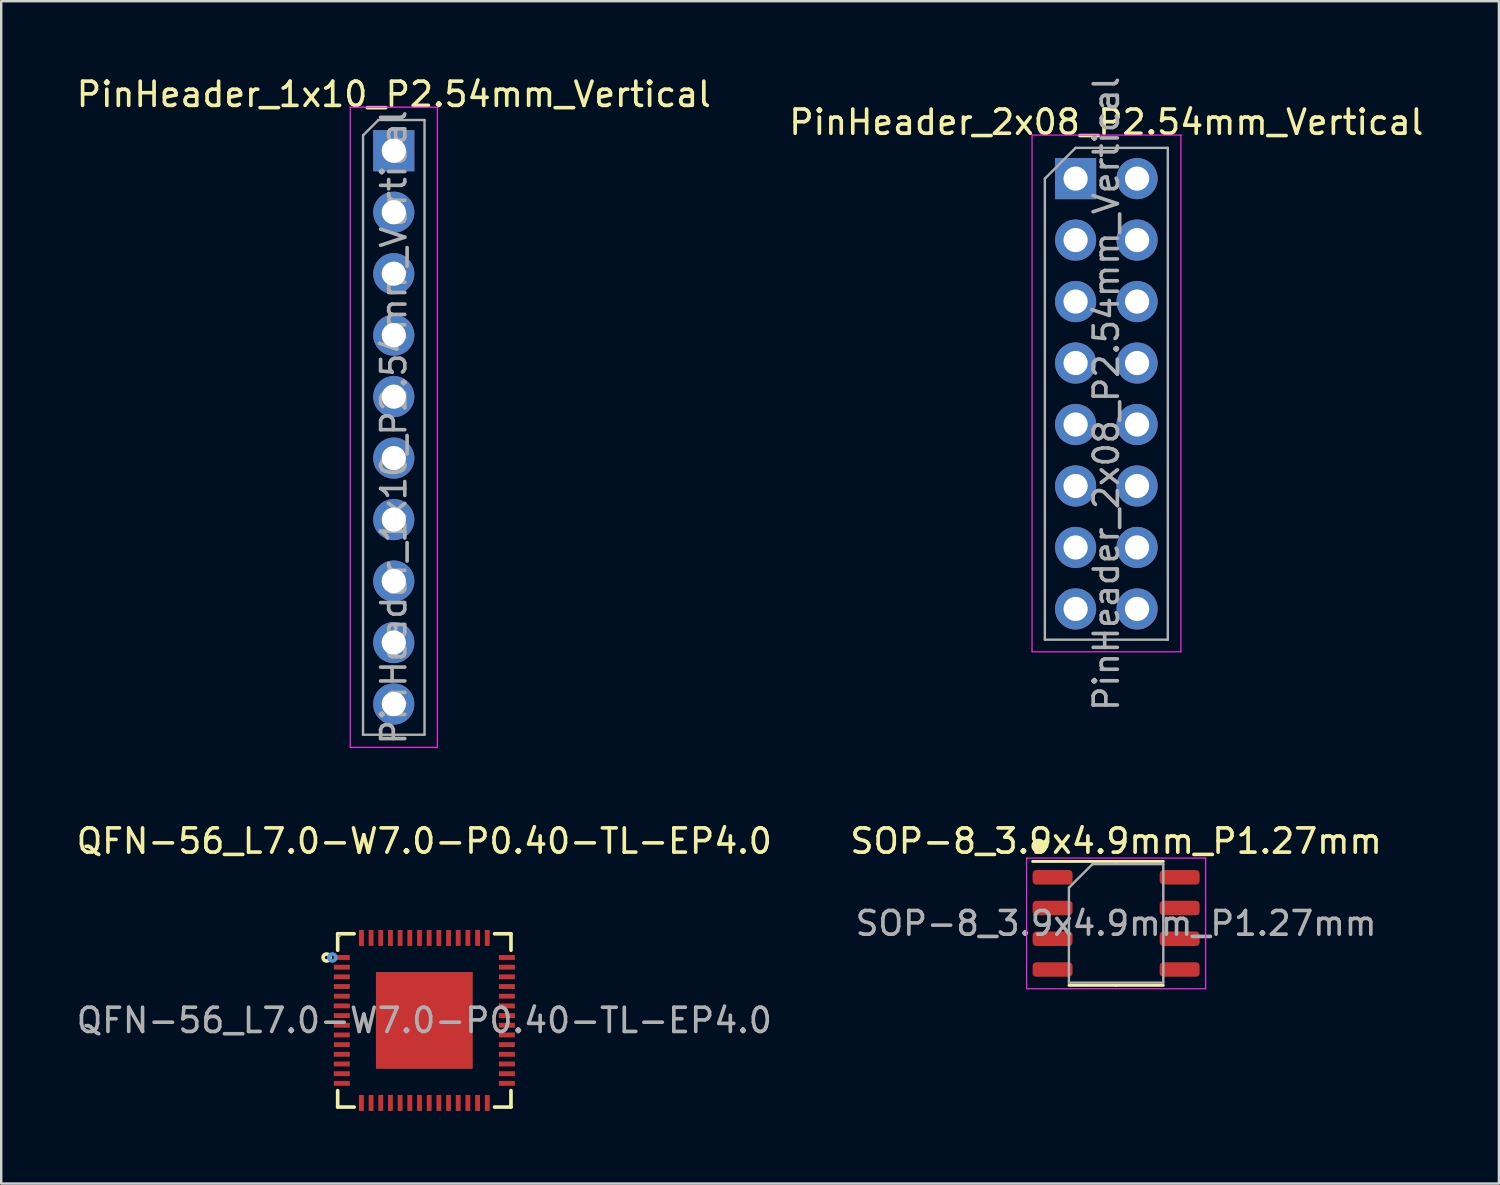
<source format=kicad_pcb>
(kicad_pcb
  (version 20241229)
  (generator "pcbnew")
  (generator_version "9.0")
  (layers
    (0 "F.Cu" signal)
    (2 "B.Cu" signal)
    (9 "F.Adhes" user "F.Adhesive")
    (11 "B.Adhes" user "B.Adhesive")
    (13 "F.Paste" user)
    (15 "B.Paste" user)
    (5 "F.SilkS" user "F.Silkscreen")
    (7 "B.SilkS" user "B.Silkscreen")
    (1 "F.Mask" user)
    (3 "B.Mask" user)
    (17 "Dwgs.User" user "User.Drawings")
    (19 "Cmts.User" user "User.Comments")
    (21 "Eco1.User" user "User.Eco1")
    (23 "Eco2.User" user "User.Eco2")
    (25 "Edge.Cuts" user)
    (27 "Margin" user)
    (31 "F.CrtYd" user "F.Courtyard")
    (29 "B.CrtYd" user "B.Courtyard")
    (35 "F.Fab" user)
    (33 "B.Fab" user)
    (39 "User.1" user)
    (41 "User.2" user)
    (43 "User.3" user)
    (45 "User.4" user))
  (footprint "QFN-56_L7.0-W7.0-P0.40-TL-EP4.0"
    (layer "F.Cu")
    (at 14.482 39.111)
    (property "Reference" "QFN-56_L7.0-W7.0-P0.40-TL-EP4.0" (at 0 -7.41 0) (layer "F.SilkS") (effects (font (size 1 1) (thickness 0.15))))
    (attr through_hole)
    (fp_line (start -3.58 -3.58) (end -3.58 -2.9) (stroke (width 0.15) (type solid)) (layer "F.SilkS"))
    (fp_line (start -3.58 3.58) (end -3.58 2.9) (stroke (width 0.15) (type solid)) (layer "F.SilkS"))
    (fp_line (start -2.9 -3.58) (end -3.58 -3.58) (stroke (width 0.15) (type solid)) (layer "F.SilkS"))
    (fp_line (start -2.9 3.58) (end -3.58 3.58) (stroke (width 0.15) (type solid)) (layer "F.SilkS"))
    (fp_line (start 2.9 -3.58) (end 3.58 -3.58) (stroke (width 0.15) (type solid)) (layer "F.SilkS"))
    (fp_line (start 2.9 3.58) (end 3.58 3.58) (stroke (width 0.15) (type solid)) (layer "F.SilkS"))
    (fp_line (start 3.58 -3.58) (end 3.58 -2.9) (stroke (width 0.15) (type solid)) (layer "F.SilkS"))
    (fp_line (start 3.58 3.58) (end 3.58 2.9) (stroke (width 0.15) (type solid)) (layer "F.SilkS"))
    (fp_circle (center -4.04 -2.6) (end -3.97 -2.6) (stroke (width 0.15) (type solid)) (fill no) (layer "F.SilkS"))
    (fp_circle (center -3.8 -2.6) (end -3.73 -2.6) (stroke (width 0.15) (type solid)) (fill no) (layer "Cmts.User"))
    (fp_circle (center -3.5 -3.5) (end -3.47 -3.5) (stroke (width 0.06) (type solid)) (fill no) (layer "F.Fab"))
    (fp_text user "${REFERENCE}" (at 0 0 0) (layer "F.Fab") (effects (font (size 1 1) (thickness 0.15))))
    (pad "1" smd rect (at -3.41 -2.6) (size 0.66 0.2) (layers "F.Cu" "F.Mask" "F.Paste"))
    (pad "2" smd rect (at -3.41 -2.2) (size 0.66 0.2) (layers "F.Cu" "F.Mask" "F.Paste"))
    (pad "3" smd rect (at -3.41 -1.8) (size 0.66 0.2) (layers "F.Cu" "F.Mask" "F.Paste"))
    (pad "4" smd rect (at -3.41 -1.4) (size 0.66 0.2) (layers "F.Cu" "F.Mask" "F.Paste"))
    (pad "5" smd rect (at -3.41 -1) (size 0.66 0.2) (layers "F.Cu" "F.Mask" "F.Paste"))
    (pad "6" smd rect (at -3.41 -0.6) (size 0.66 0.2) (layers "F.Cu" "F.Mask" "F.Paste"))
    (pad "7" smd rect (at -3.41 -0.2) (size 0.66 0.2) (layers "F.Cu" "F.Mask" "F.Paste"))
    (pad "8" smd rect (at -3.41 0.2) (size 0.66 0.2) (layers "F.Cu" "F.Mask" "F.Paste"))
    (pad "9" smd rect (at -3.41 0.6) (size 0.66 0.2) (layers "F.Cu" "F.Mask" "F.Paste"))
    (pad "10" smd rect (at -3.41 1) (size 0.66 0.2) (layers "F.Cu" "F.Mask" "F.Paste"))
    (pad "11" smd rect (at -3.41 1.4) (size 0.66 0.2) (layers "F.Cu" "F.Mask" "F.Paste"))
    (pad "12" smd rect (at -3.41 1.8) (size 0.66 0.2) (layers "F.Cu" "F.Mask" "F.Paste"))
    (pad "13" smd rect (at -3.41 2.2) (size 0.66 0.2) (layers "F.Cu" "F.Mask" "F.Paste"))
    (pad "14" smd rect (at -3.41 2.6) (size 0.66 0.2) (layers "F.Cu" "F.Mask" "F.Paste"))
    (pad "15" smd rect (at -2.6 3.41) (size 0.2 0.66) (layers "F.Cu" "F.Mask" "F.Paste"))
    (pad "16" smd rect (at -2.2 3.41) (size 0.2 0.66) (layers "F.Cu" "F.Mask" "F.Paste"))
    (pad "17" smd rect (at -1.8 3.41) (size 0.2 0.66) (layers "F.Cu" "F.Mask" "F.Paste"))
    (pad "18" smd rect (at -1.4 3.41) (size 0.2 0.66) (layers "F.Cu" "F.Mask" "F.Paste"))
    (pad "19" smd rect (at -1 3.41) (size 0.2 0.66) (layers "F.Cu" "F.Mask" "F.Paste"))
    (pad "20" smd rect (at -0.6 3.41) (size 0.2 0.66) (layers "F.Cu" "F.Mask" "F.Paste"))
    (pad "21" smd rect (at -0.2 3.41) (size 0.2 0.66) (layers "F.Cu" "F.Mask" "F.Paste"))
    (pad "22" smd rect (at 0.2 3.41) (size 0.2 0.66) (layers "F.Cu" "F.Mask" "F.Paste"))
    (pad "23" smd rect (at 0.6 3.41) (size 0.2 0.66) (layers "F.Cu" "F.Mask" "F.Paste"))
    (pad "24" smd rect (at 1 3.41) (size 0.2 0.66) (layers "F.Cu" "F.Mask" "F.Paste"))
    (pad "25" smd rect (at 1.4 3.41) (size 0.2 0.66) (layers "F.Cu" "F.Mask" "F.Paste"))
    (pad "26" smd rect (at 1.8 3.41) (size 0.2 0.66) (layers "F.Cu" "F.Mask" "F.Paste"))
    (pad "27" smd rect (at 2.2 3.41) (size 0.2 0.66) (layers "F.Cu" "F.Mask" "F.Paste"))
    (pad "28" smd rect (at 2.6 3.41) (size 0.2 0.66) (layers "F.Cu" "F.Mask" "F.Paste"))
    (pad "29" smd rect (at 3.41 2.6) (size 0.66 0.2) (layers "F.Cu" "F.Mask" "F.Paste"))
    (pad "30" smd rect (at 3.41 2.2) (size 0.66 0.2) (layers "F.Cu" "F.Mask" "F.Paste"))
    (pad "31" smd rect (at 3.41 1.8) (size 0.66 0.2) (layers "F.Cu" "F.Mask" "F.Paste"))
    (pad "32" smd rect (at 3.41 1.4) (size 0.66 0.2) (layers "F.Cu" "F.Mask" "F.Paste"))
    (pad "33" smd rect (at 3.41 1) (size 0.66 0.2) (layers "F.Cu" "F.Mask" "F.Paste"))
    (pad "34" smd rect (at 3.41 0.6) (size 0.66 0.2) (layers "F.Cu" "F.Mask" "F.Paste"))
    (pad "35" smd rect (at 3.41 0.2) (size 0.66 0.2) (layers "F.Cu" "F.Mask" "F.Paste"))
    (pad "36" smd rect (at 3.41 -0.2) (size 0.66 0.2) (layers "F.Cu" "F.Mask" "F.Paste"))
    (pad "37" smd rect (at 3.41 -0.6) (size 0.66 0.2) (layers "F.Cu" "F.Mask" "F.Paste"))
    (pad "38" smd rect (at 3.41 -1) (size 0.66 0.2) (layers "F.Cu" "F.Mask" "F.Paste"))
    (pad "39" smd rect (at 3.41 -1.4) (size 0.66 0.2) (layers "F.Cu" "F.Mask" "F.Paste"))
    (pad "40" smd rect (at 3.41 -1.8) (size 0.66 0.2) (layers "F.Cu" "F.Mask" "F.Paste"))
    (pad "41" smd rect (at 3.41 -2.2) (size 0.66 0.2) (layers "F.Cu" "F.Mask" "F.Paste"))
    (pad "42" smd rect (at 3.41 -2.6) (size 0.66 0.2) (layers "F.Cu" "F.Mask" "F.Paste"))
    (pad "43" smd rect (at 2.6 -3.41) (size 0.2 0.66) (layers "F.Cu" "F.Mask" "F.Paste"))
    (pad "44" smd rect (at 2.2 -3.41) (size 0.2 0.66) (layers "F.Cu" "F.Mask" "F.Paste"))
    (pad "45" smd rect (at 1.8 -3.41) (size 0.2 0.66) (layers "F.Cu" "F.Mask" "F.Paste"))
    (pad "46" smd rect (at 1.4 -3.41) (size 0.2 0.66) (layers "F.Cu" "F.Mask" "F.Paste"))
    (pad "47" smd rect (at 1 -3.41) (size 0.2 0.66) (layers "F.Cu" "F.Mask" "F.Paste"))
    (pad "48" smd rect (at 0.6 -3.41) (size 0.2 0.66) (layers "F.Cu" "F.Mask" "F.Paste"))
    (pad "49" smd rect (at 0.2 -3.41) (size 0.2 0.66) (layers "F.Cu" "F.Mask" "F.Paste"))
    (pad "50" smd rect (at -0.2 -3.41) (size 0.2 0.66) (layers "F.Cu" "F.Mask" "F.Paste"))
    (pad "51" smd rect (at -0.6 -3.41) (size 0.2 0.66) (layers "F.Cu" "F.Mask" "F.Paste"))
    (pad "52" smd rect (at -1 -3.41) (size 0.2 0.66) (layers "F.Cu" "F.Mask" "F.Paste"))
    (pad "53" smd rect (at -1.4 -3.41) (size 0.2 0.66) (layers "F.Cu" "F.Mask" "F.Paste"))
    (pad "54" smd rect (at -1.8 -3.41) (size 0.2 0.66) (layers "F.Cu" "F.Mask" "F.Paste"))
    (pad "55" smd rect (at -2.2 -3.41) (size 0.2 0.66) (layers "F.Cu" "F.Mask" "F.Paste"))
    (pad "56" smd rect (at -2.6 -3.41) (size 0.2 0.66) (layers "F.Cu" "F.Mask" "F.Paste"))
    (pad "57" smd rect (at 0 0) (size 4 4) (layers "F.Cu" "F.Mask" "F.Paste")))
  (footprint "PinHeader_2x08_P2.54mm_Vertical"
    (layer "F.Cu")
    (at 41.391 4.33)
    (property "Reference" "PinHeader_2x08_P2.54mm_Vertical" (at 1.27 -2.33 0) (layer "F.SilkS") (effects (font (size 1 1) (thickness 0.15))))
    (attr through_hole)
    (fp_line (start -1.8 -1.8) (end -1.8 19.55) (stroke (width 0.05) (type solid)) (layer "F.CrtYd"))
    (fp_line (start -1.8 19.55) (end 4.35 19.55) (stroke (width 0.05) (type solid)) (layer "F.CrtYd"))
    (fp_line (start 4.35 -1.8) (end -1.8 -1.8) (stroke (width 0.05) (type solid)) (layer "F.CrtYd"))
    (fp_line (start 4.35 19.55) (end 4.35 -1.8) (stroke (width 0.05) (type solid)) (layer "F.CrtYd"))
    (fp_line (start -1.27 0) (end 0 -1.27) (stroke (width 0.1) (type solid)) (layer "F.Fab"))
    (fp_line (start -1.27 19.05) (end -1.27 0) (stroke (width 0.1) (type solid)) (layer "F.Fab"))
    (fp_line (start 0 -1.27) (end 3.81 -1.27) (stroke (width 0.1) (type solid)) (layer "F.Fab"))
    (fp_line (start 3.81 -1.27) (end 3.81 19.05) (stroke (width 0.1) (type solid)) (layer "F.Fab"))
    (fp_line (start 3.81 19.05) (end -1.27 19.05) (stroke (width 0.1) (type solid)) (layer "F.Fab"))
    (fp_text user "${REFERENCE}" (at 1.27 8.89 90) (layer "F.Fab") (effects (font (size 1 1) (thickness 0.15))))
    (pad "1" thru_hole rect (at 0 0) (size 1.7 1.7) (drill 1) (layers "*.Cu" "*.Mask"))
    (pad "2" thru_hole oval (at 2.54 0) (size 1.7 1.7) (drill 1) (layers "*.Cu" "*.Mask"))
    (pad "3" thru_hole oval (at 0 2.54) (size 1.7 1.7) (drill 1) (layers "*.Cu" "*.Mask"))
    (pad "4" thru_hole oval (at 2.54 2.54) (size 1.7 1.7) (drill 1) (layers "*.Cu" "*.Mask"))
    (pad "5" thru_hole oval (at 0 5.08) (size 1.7 1.7) (drill 1) (layers "*.Cu" "*.Mask"))
    (pad "6" thru_hole oval (at 2.54 5.08) (size 1.7 1.7) (drill 1) (layers "*.Cu" "*.Mask"))
    (pad "7" thru_hole oval (at 0 7.62) (size 1.7 1.7) (drill 1) (layers "*.Cu" "*.Mask"))
    (pad "8" thru_hole oval (at 2.54 7.62) (size 1.7 1.7) (drill 1) (layers "*.Cu" "*.Mask"))
    (pad "9" thru_hole oval (at 0 10.16) (size 1.7 1.7) (drill 1) (layers "*.Cu" "*.Mask"))
    (pad "10" thru_hole oval (at 2.54 10.16) (size 1.7 1.7) (drill 1) (layers "*.Cu" "*.Mask"))
    (pad "11" thru_hole oval (at 0 12.7) (size 1.7 1.7) (drill 1) (layers "*.Cu" "*.Mask"))
    (pad "12" thru_hole oval (at 2.54 12.7) (size 1.7 1.7) (drill 1) (layers "*.Cu" "*.Mask"))
    (pad "13" thru_hole oval (at 0 15.24) (size 1.7 1.7) (drill 1) (layers "*.Cu" "*.Mask"))
    (pad "14" thru_hole oval (at 2.54 15.24) (size 1.7 1.7) (drill 1) (layers "*.Cu" "*.Mask"))
    (pad "15" thru_hole oval (at 0 17.78) (size 1.7 1.7) (drill 1) (layers "*.Cu" "*.Mask"))
    (pad "16" thru_hole oval (at 2.54 17.78) (size 1.7 1.7) (drill 1) (layers "*.Cu" "*.Mask")))
  (footprint "SOP-8_3.9x4.9mm_P1.27mm"
    (layer "F.Cu")
    (at 43.065 35.102)
    (property "Reference" "SOP-8_3.9x4.9mm_P1.27mm" (at 0 -3.4 0) (layer "F.SilkS") (effects (font (size 1 1) (thickness 0.15))))
    (attr smd)
    (fp_line (start 0 -2.56) (end -3.45 -2.56) (stroke (width 0.12) (type solid)) (layer "F.SilkS"))
    (fp_line (start 0 -2.56) (end 1.95 -2.56) (stroke (width 0.12) (type solid)) (layer "F.SilkS"))
    (fp_line (start 0 2.56) (end -1.95 2.56) (stroke (width 0.12) (type solid)) (layer "F.SilkS"))
    (fp_line (start 0 2.56) (end 1.95 2.56) (stroke (width 0.12) (type solid)) (layer "F.SilkS"))
    (fp_circle (center -3.2 -3.2) (end -2.95 -3.2) (stroke (width 0.1) (type solid)) (fill yes) (layer "F.SilkS"))
    (fp_line (start -3.7 -2.7) (end -3.7 2.7) (stroke (width 0.05) (type solid)) (layer "F.CrtYd"))
    (fp_line (start -3.7 2.7) (end 3.7 2.7) (stroke (width 0.05) (type solid)) (layer "F.CrtYd"))
    (fp_line (start 3.7 -2.7) (end -3.7 -2.7) (stroke (width 0.05) (type solid)) (layer "F.CrtYd"))
    (fp_line (start 3.7 2.7) (end 3.7 -2.7) (stroke (width 0.05) (type solid)) (layer "F.CrtYd"))
    (fp_line (start -1.95 -1.475) (end -0.975 -2.45) (stroke (width 0.1) (type solid)) (layer "F.Fab"))
    (fp_line (start -1.95 2.45) (end -1.95 -1.475) (stroke (width 0.1) (type solid)) (layer "F.Fab"))
    (fp_line (start -0.975 -2.45) (end 1.95 -2.45) (stroke (width 0.1) (type solid)) (layer "F.Fab"))
    (fp_line (start 1.95 -2.45) (end 1.95 2.45) (stroke (width 0.1) (type solid)) (layer "F.Fab"))
    (fp_line (start 1.95 2.45) (end -1.95 2.45) (stroke (width 0.1) (type solid)) (layer "F.Fab"))
    (fp_text user "${REFERENCE}" (at 0 0 0) (layer "F.Fab") (effects (font (size 0.98 0.98) (thickness 0.15))))
    (pad "1" smd roundrect (at -2.625 -1.905) (size 1.65 0.6) (layers "F.Cu" "F.Mask" "F.Paste") (roundrect_rratio 0.25))
    (pad "2" smd roundrect (at -2.625 -0.635) (size 1.65 0.6) (layers "F.Cu" "F.Mask" "F.Paste") (roundrect_rratio 0.25))
    (pad "3" smd roundrect (at -2.625 0.635) (size 1.65 0.6) (layers "F.Cu" "F.Mask" "F.Paste") (roundrect_rratio 0.25))
    (pad "4" smd roundrect (at -2.625 1.905) (size 1.65 0.6) (layers "F.Cu" "F.Mask" "F.Paste") (roundrect_rratio 0.25))
    (pad "5" smd roundrect (at 2.625 1.905) (size 1.65 0.6) (layers "F.Cu" "F.Mask" "F.Paste") (roundrect_rratio 0.25))
    (pad "6" smd roundrect (at 2.625 0.635) (size 1.65 0.6) (layers "F.Cu" "F.Mask" "F.Paste") (roundrect_rratio 0.25))
    (pad "7" smd roundrect (at 2.625 -0.635) (size 1.65 0.6) (layers "F.Cu" "F.Mask" "F.Paste") (roundrect_rratio 0.25))
    (pad "8" smd roundrect (at 2.625 -1.905) (size 1.65 0.6) (layers "F.Cu" "F.Mask" "F.Paste") (roundrect_rratio 0.25)))
  (footprint "PinHeader_1x10_P2.54mm_Vertical"
    (layer "F.Cu")
    (at 13.22 3.178)
    (property "Reference" "PinHeader_1x10_P2.54mm_Vertical" (at 0 -2.33 0) (layer "F.SilkS") (effects (font (size 1 1) (thickness 0.15))))
    (attr through_hole)
    (fp_line (start -1.8 -1.8) (end -1.8 24.65) (stroke (width 0.05) (type solid)) (layer "F.CrtYd"))
    (fp_line (start -1.8 24.65) (end 1.8 24.65) (stroke (width 0.05) (type solid)) (layer "F.CrtYd"))
    (fp_line (start 1.8 -1.8) (end -1.8 -1.8) (stroke (width 0.05) (type solid)) (layer "F.CrtYd"))
    (fp_line (start 1.8 24.65) (end 1.8 -1.8) (stroke (width 0.05) (type solid)) (layer "F.CrtYd"))
    (fp_line (start -1.27 -0.635) (end -0.635 -1.27) (stroke (width 0.1) (type solid)) (layer "F.Fab"))
    (fp_line (start -1.27 24.13) (end -1.27 -0.635) (stroke (width 0.1) (type solid)) (layer "F.Fab"))
    (fp_line (start -0.635 -1.27) (end 1.27 -1.27) (stroke (width 0.1) (type solid)) (layer "F.Fab"))
    (fp_line (start 1.27 -1.27) (end 1.27 24.13) (stroke (width 0.1) (type solid)) (layer "F.Fab"))
    (fp_line (start 1.27 24.13) (end -1.27 24.13) (stroke (width 0.1) (type solid)) (layer "F.Fab"))
    (fp_text user "${REFERENCE}" (at 0 11.43 90) (layer "F.Fab") (effects (font (size 1 1) (thickness 0.15))))
    (pad "1" thru_hole rect (at 0 0) (size 1.7 1.7) (drill 1) (layers "*.Cu" "*.Mask"))
    (pad "2" thru_hole oval (at 0 2.54) (size 1.7 1.7) (drill 1) (layers "*.Cu" "*.Mask"))
    (pad "3" thru_hole oval (at 0 5.08) (size 1.7 1.7) (drill 1) (layers "*.Cu" "*.Mask"))
    (pad "4" thru_hole oval (at 0 7.62) (size 1.7 1.7) (drill 1) (layers "*.Cu" "*.Mask"))
    (pad "5" thru_hole oval (at 0 10.16) (size 1.7 1.7) (drill 1) (layers "*.Cu" "*.Mask"))
    (pad "6" thru_hole oval (at 0 12.7) (size 1.7 1.7) (drill 1) (layers "*.Cu" "*.Mask"))
    (pad "7" thru_hole oval (at 0 15.24) (size 1.7 1.7) (drill 1) (layers "*.Cu" "*.Mask"))
    (pad "8" thru_hole oval (at 0 17.78) (size 1.7 1.7) (drill 1) (layers "*.Cu" "*.Mask"))
    (pad "9" thru_hole oval (at 0 20.32) (size 1.7 1.7) (drill 1) (layers "*.Cu" "*.Mask"))
    (pad "10" thru_hole oval (at 0 22.86) (size 1.7 1.7) (drill 1) (layers "*.Cu" "*.Mask")))
  (gr_rect
    (start -3 -3)
    (end 58.881 45.852)
    (stroke (width 0.1) (type default))
    (fill no)
    (layer "Edge.Cuts")))
</source>
